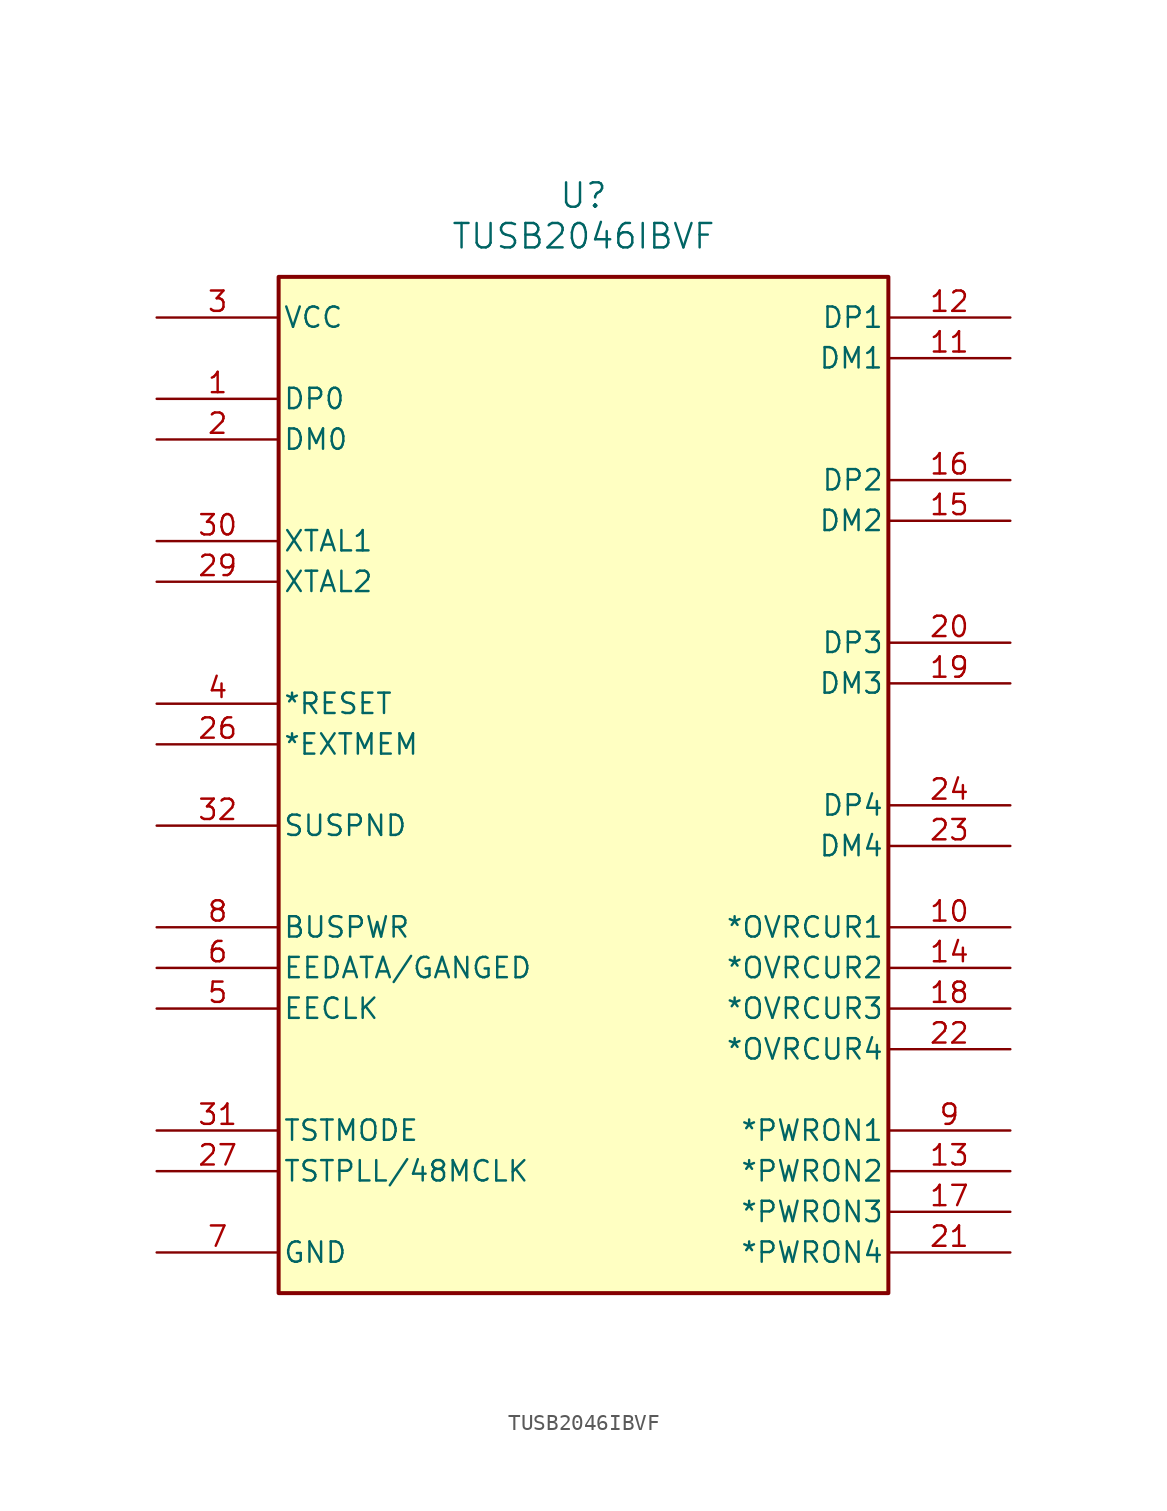
<source format=kicad_sym>
(kicad_symbol_lib
  (version 20220914)
  (generator kicad_symbol_editor)
  (symbol "TUSB2046IBVF"
    (pin_names
      (offset 0.254))
    (property "Reference" "U"
      (at 0 30.48 0)
      (effects (font (size 1.524 1.524))))
    (property "Value" "TUSB2046IBVF"
      (at 0 27.94 0)
      (effects (font (size 1.524 1.524))))
    (symbol "TUSB2046IBVF_1_1"
      (rectangle (start -19.05 25.4) (end 19.05 -38.1) (stroke (width 0.25) (type default)) (fill (type background)))
      (pin bidirectional line (at -26.67 17.78 0) (length 7.62) (name "DP0" (effects (font (size 1.27 1.27)))) (number "1" (effects (font (size 1.27 1.27)))))
      (pin output line (at 26.67 -15.24 180) (length 7.62) (name "*OVRCUR1" (effects (font (size 1.27 1.27)))) (number "10" (effects (font (size 1.27 1.27)))))
      (pin bidirectional line (at 26.67 20.32 180) (length 7.62) (name "DM1" (effects (font (size 1.27 1.27)))) (number "11" (effects (font (size 1.27 1.27)))))
      (pin bidirectional line (at 26.67 22.86 180) (length 7.62) (name "DP1" (effects (font (size 1.27 1.27)))) (number "12" (effects (font (size 1.27 1.27)))))
      (pin output line (at 26.67 -30.48 180) (length 7.62) (name "*PWRON2" (effects (font (size 1.27 1.27)))) (number "13" (effects (font (size 1.27 1.27)))))
      (pin output line (at 26.67 -17.78 180) (length 7.62) (name "*OVRCUR2" (effects (font (size 1.27 1.27)))) (number "14" (effects (font (size 1.27 1.27)))))
      (pin bidirectional line (at 26.67 10.16 180) (length 7.62) (name "DM2" (effects (font (size 1.27 1.27)))) (number "15" (effects (font (size 1.27 1.27)))))
      (pin bidirectional line (at 26.67 12.7 180) (length 7.62) (name "DP2" (effects (font (size 1.27 1.27)))) (number "16" (effects (font (size 1.27 1.27)))))
      (pin output line (at 26.67 -33.02 180) (length 7.62) (name "*PWRON3" (effects (font (size 1.27 1.27)))) (number "17" (effects (font (size 1.27 1.27)))))
      (pin output line (at 26.67 -20.32 180) (length 7.62) (name "*OVRCUR3" (effects (font (size 1.27 1.27)))) (number "18" (effects (font (size 1.27 1.27)))))
      (pin bidirectional line (at 26.67 0 180) (length 7.62) (name "DM3" (effects (font (size 1.27 1.27)))) (number "19" (effects (font (size 1.27 1.27)))))
      (pin bidirectional line (at -26.67 15.24 0) (length 7.62) (name "DM0" (effects (font (size 1.27 1.27)))) (number "2" (effects (font (size 1.27 1.27)))))
      (pin bidirectional line (at 26.67 2.54 180) (length 7.62) (name "DP3" (effects (font (size 1.27 1.27)))) (number "20" (effects (font (size 1.27 1.27)))))
      (pin output line (at 26.67 -35.56 180) (length 7.62) (name "*PWRON4" (effects (font (size 1.27 1.27)))) (number "21" (effects (font (size 1.27 1.27)))))
      (pin input line (at 26.67 -22.86 180) (length 7.62) (name "*OVRCUR4" (effects (font (size 1.27 1.27)))) (number "22" (effects (font (size 1.27 1.27)))))
      (pin bidirectional line (at 26.67 -10.16 180) (length 7.62) (name "DM4" (effects (font (size 1.27 1.27)))) (number "23" (effects (font (size 1.27 1.27)))))
      (pin bidirectional line (at 26.67 -7.62 180) (length 7.62) (name "DP4" (effects (font (size 1.27 1.27)))) (number "24" (effects (font (size 1.27 1.27)))))
      (pin power_in line (at -26.67 22.86 0) (length 7.62) hide (name "VCC" (effects (font (size 1.27 1.27)))) (number "25" (effects (font (size 1.27 1.27)))))
      (pin input line (at -26.67 -3.81 0) (length 7.62) (name "*EXTMEM" (effects (font (size 1.27 1.27)))) (number "26" (effects (font (size 1.27 1.27)))))
      (pin unspecified line (at -26.67 -30.48 0) (length 7.62) (name "TSTPLL/48MCLK" (effects (font (size 1.27 1.27)))) (number "27" (effects (font (size 1.27 1.27)))))
      (pin power_out line (at -26.67 -35.56 0) (length 7.62) hide (name "GND" (effects (font (size 1.27 1.27)))) (number "28" (effects (font (size 1.27 1.27)))))
      (pin output line (at -26.67 6.35 0) (length 7.62) (name "XTAL2" (effects (font (size 1.27 1.27)))) (number "29" (effects (font (size 1.27 1.27)))))
      (pin power_in line (at -26.67 22.86 0) (length 7.62) (name "VCC" (effects (font (size 1.27 1.27)))) (number "3" (effects (font (size 1.27 1.27)))))
      (pin input line (at -26.67 8.89 0) (length 7.62) (name "XTAL1" (effects (font (size 1.27 1.27)))) (number "30" (effects (font (size 1.27 1.27)))))
      (pin unspecified line (at -26.67 -27.94 0) (length 7.62) (name "TSTMODE" (effects (font (size 1.27 1.27)))) (number "31" (effects (font (size 1.27 1.27)))))
      (pin output line (at -26.67 -8.89 0) (length 7.62) (name "SUSPND" (effects (font (size 1.27 1.27)))) (number "32" (effects (font (size 1.27 1.27)))))
      (pin input line (at -26.67 -1.27 0) (length 7.62) (name "*RESET" (effects (font (size 1.27 1.27)))) (number "4" (effects (font (size 1.27 1.27)))))
      (pin output line (at -26.67 -20.32 0) (length 7.62) (name "EECLK" (effects (font (size 1.27 1.27)))) (number "5" (effects (font (size 1.27 1.27)))))
      (pin bidirectional line (at -26.67 -17.78 0) (length 7.62) (name "EEDATA/GANGED" (effects (font (size 1.27 1.27)))) (number "6" (effects (font (size 1.27 1.27)))))
      (pin power_out line (at -26.67 -35.56 0) (length 7.62) (name "GND" (effects (font (size 1.27 1.27)))) (number "7" (effects (font (size 1.27 1.27)))))
      (pin input line (at -26.67 -15.24 0) (length 7.62) (name "BUSPWR" (effects (font (size 1.27 1.27)))) (number "8" (effects (font (size 1.27 1.27)))))
      (pin output line (at 26.67 -27.94 180) (length 7.62) (name "*PWRON1" (effects (font (size 1.27 1.27)))) (number "9" (effects (font (size 1.27 1.27))))))))
</source>
